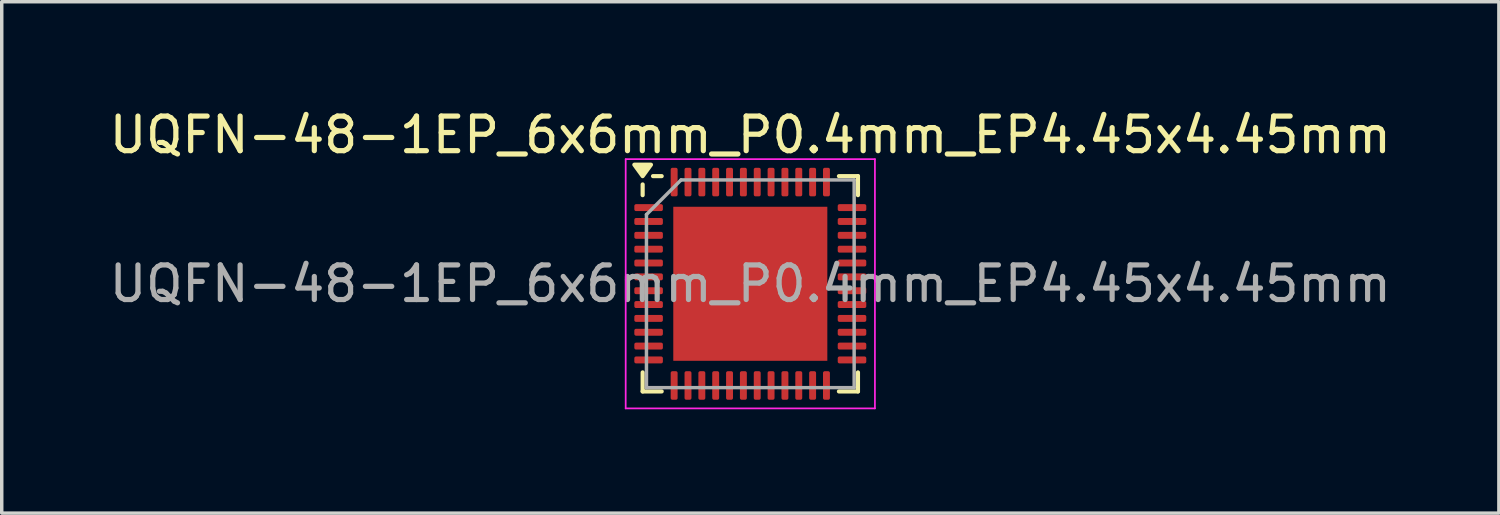
<source format=kicad_pcb>
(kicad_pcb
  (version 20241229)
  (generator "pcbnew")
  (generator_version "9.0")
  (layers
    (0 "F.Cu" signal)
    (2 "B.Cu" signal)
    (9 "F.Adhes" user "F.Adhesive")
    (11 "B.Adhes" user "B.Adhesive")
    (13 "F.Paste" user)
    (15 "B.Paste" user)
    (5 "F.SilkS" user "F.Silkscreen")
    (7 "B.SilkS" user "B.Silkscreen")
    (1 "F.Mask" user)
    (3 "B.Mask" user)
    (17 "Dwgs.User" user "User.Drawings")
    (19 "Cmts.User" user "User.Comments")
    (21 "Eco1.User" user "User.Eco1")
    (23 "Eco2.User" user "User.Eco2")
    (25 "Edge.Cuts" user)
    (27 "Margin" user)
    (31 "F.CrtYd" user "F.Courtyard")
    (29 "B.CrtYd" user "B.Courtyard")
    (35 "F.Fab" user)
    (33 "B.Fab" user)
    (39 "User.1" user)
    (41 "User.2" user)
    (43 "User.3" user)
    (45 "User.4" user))
  (footprint "UQFN-48-1EP_6x6mm_P0.4mm_EP4.45x4.45mm"
    (layer "F.Cu")
    (at 18.625 5.148)
    (property "Reference" "UQFN-48-1EP_6x6mm_P0.4mm_EP4.45x4.45mm" (at 0 -4.3 0) (layer "F.SilkS") (effects (font (size 1 1) (thickness 0.15))))
    (attr smd)
    (fp_line (start -3.11 -2.56) (end -3.11 -2.87) (stroke (width 0.12) (type solid)) (layer "F.SilkS"))
    (fp_line (start -3.11 3.11) (end -3.11 2.56) (stroke (width 0.12) (type solid)) (layer "F.SilkS"))
    (fp_line (start -2.56 -3.11) (end -2.81 -3.11) (stroke (width 0.12) (type solid)) (layer "F.SilkS"))
    (fp_line (start -2.56 3.11) (end -3.11 3.11) (stroke (width 0.12) (type solid)) (layer "F.SilkS"))
    (fp_line (start 2.56 -3.11) (end 3.11 -3.11) (stroke (width 0.12) (type solid)) (layer "F.SilkS"))
    (fp_line (start 2.56 3.11) (end 3.11 3.11) (stroke (width 0.12) (type solid)) (layer "F.SilkS"))
    (fp_line (start 3.11 -3.11) (end 3.11 -2.56) (stroke (width 0.12) (type solid)) (layer "F.SilkS"))
    (fp_line (start 3.11 3.11) (end 3.11 2.56) (stroke (width 0.12) (type solid)) (layer "F.SilkS"))
    (fp_poly (pts (xy -3.11 -3.11) (xy -3.35 -3.44) (xy -2.87 -3.44) (xy -3.11 -3.11)) (stroke (width 0.12) (type solid)) (fill yes) (layer "F.SilkS"))
    (fp_line (start -3.6 -3.6) (end -3.6 3.6) (stroke (width 0.05) (type solid)) (layer "F.CrtYd"))
    (fp_line (start -3.6 3.6) (end 3.6 3.6) (stroke (width 0.05) (type solid)) (layer "F.CrtYd"))
    (fp_line (start 3.6 -3.6) (end -3.6 -3.6) (stroke (width 0.05) (type solid)) (layer "F.CrtYd"))
    (fp_line (start 3.6 3.6) (end 3.6 -3.6) (stroke (width 0.05) (type solid)) (layer "F.CrtYd"))
    (fp_line (start -3 -2) (end -2 -3) (stroke (width 0.1) (type solid)) (layer "F.Fab"))
    (fp_line (start -3 3) (end -3 -2) (stroke (width 0.1) (type solid)) (layer "F.Fab"))
    (fp_line (start -2 -3) (end 3 -3) (stroke (width 0.1) (type solid)) (layer "F.Fab"))
    (fp_line (start 3 -3) (end 3 3) (stroke (width 0.1) (type solid)) (layer "F.Fab"))
    (fp_line (start 3 3) (end -3 3) (stroke (width 0.1) (type solid)) (layer "F.Fab"))
    (fp_text user "${REFERENCE}" (at 0 0 0) (layer "F.Fab") (effects (font (size 1 1) (thickness 0.15))))
    (pad "" smd roundrect (at -1.48 -1.48) (size 1.2 1.2) (layers "F.Paste") (roundrect_rratio 0.208))
    (pad "" smd roundrect (at -1.48 0) (size 1.2 1.2) (layers "F.Paste") (roundrect_rratio 0.208))
    (pad "" smd roundrect (at -1.48 1.48) (size 1.2 1.2) (layers "F.Paste") (roundrect_rratio 0.208))
    (pad "" smd roundrect (at 0 -1.48) (size 1.2 1.2) (layers "F.Paste") (roundrect_rratio 0.208))
    (pad "" smd roundrect (at 0 0) (size 1.2 1.2) (layers "F.Paste") (roundrect_rratio 0.208))
    (pad "" smd roundrect (at 0 1.48) (size 1.2 1.2) (layers "F.Paste") (roundrect_rratio 0.208))
    (pad "" smd roundrect (at 1.48 -1.48) (size 1.2 1.2) (layers "F.Paste") (roundrect_rratio 0.208))
    (pad "" smd roundrect (at 1.48 0) (size 1.2 1.2) (layers "F.Paste") (roundrect_rratio 0.208))
    (pad "" smd roundrect (at 1.48 1.48) (size 1.2 1.2) (layers "F.Paste") (roundrect_rratio 0.208))
    (pad "1" smd roundrect (at -2.938 -2.2) (size 0.825 0.2) (layers "F.Cu" "F.Mask" "F.Paste") (roundrect_rratio 0.25))
    (pad "2" smd roundrect (at -2.938 -1.8) (size 0.825 0.2) (layers "F.Cu" "F.Mask" "F.Paste") (roundrect_rratio 0.25))
    (pad "3" smd roundrect (at -2.938 -1.4) (size 0.825 0.2) (layers "F.Cu" "F.Mask" "F.Paste") (roundrect_rratio 0.25))
    (pad "4" smd roundrect (at -2.938 -1) (size 0.825 0.2) (layers "F.Cu" "F.Mask" "F.Paste") (roundrect_rratio 0.25))
    (pad "5" smd roundrect (at -2.938 -0.6) (size 0.825 0.2) (layers "F.Cu" "F.Mask" "F.Paste") (roundrect_rratio 0.25))
    (pad "6" smd roundrect (at -2.938 -0.2) (size 0.825 0.2) (layers "F.Cu" "F.Mask" "F.Paste") (roundrect_rratio 0.25))
    (pad "7" smd roundrect (at -2.938 0.2) (size 0.825 0.2) (layers "F.Cu" "F.Mask" "F.Paste") (roundrect_rratio 0.25))
    (pad "8" smd roundrect (at -2.938 0.6) (size 0.825 0.2) (layers "F.Cu" "F.Mask" "F.Paste") (roundrect_rratio 0.25))
    (pad "9" smd roundrect (at -2.938 1) (size 0.825 0.2) (layers "F.Cu" "F.Mask" "F.Paste") (roundrect_rratio 0.25))
    (pad "10" smd roundrect (at -2.938 1.4) (size 0.825 0.2) (layers "F.Cu" "F.Mask" "F.Paste") (roundrect_rratio 0.25))
    (pad "11" smd roundrect (at -2.938 1.8) (size 0.825 0.2) (layers "F.Cu" "F.Mask" "F.Paste") (roundrect_rratio 0.25))
    (pad "12" smd roundrect (at -2.938 2.2) (size 0.825 0.2) (layers "F.Cu" "F.Mask" "F.Paste") (roundrect_rratio 0.25))
    (pad "13" smd roundrect (at -2.2 2.938) (size 0.2 0.825) (layers "F.Cu" "F.Mask" "F.Paste") (roundrect_rratio 0.25))
    (pad "14" smd roundrect (at -1.8 2.938) (size 0.2 0.825) (layers "F.Cu" "F.Mask" "F.Paste") (roundrect_rratio 0.25))
    (pad "15" smd roundrect (at -1.4 2.938) (size 0.2 0.825) (layers "F.Cu" "F.Mask" "F.Paste") (roundrect_rratio 0.25))
    (pad "16" smd roundrect (at -1 2.938) (size 0.2 0.825) (layers "F.Cu" "F.Mask" "F.Paste") (roundrect_rratio 0.25))
    (pad "17" smd roundrect (at -0.6 2.938) (size 0.2 0.825) (layers "F.Cu" "F.Mask" "F.Paste") (roundrect_rratio 0.25))
    (pad "18" smd roundrect (at -0.2 2.938) (size 0.2 0.825) (layers "F.Cu" "F.Mask" "F.Paste") (roundrect_rratio 0.25))
    (pad "19" smd roundrect (at 0.2 2.938) (size 0.2 0.825) (layers "F.Cu" "F.Mask" "F.Paste") (roundrect_rratio 0.25))
    (pad "20" smd roundrect (at 0.6 2.938) (size 0.2 0.825) (layers "F.Cu" "F.Mask" "F.Paste") (roundrect_rratio 0.25))
    (pad "21" smd roundrect (at 1 2.938) (size 0.2 0.825) (layers "F.Cu" "F.Mask" "F.Paste") (roundrect_rratio 0.25))
    (pad "22" smd roundrect (at 1.4 2.938) (size 0.2 0.825) (layers "F.Cu" "F.Mask" "F.Paste") (roundrect_rratio 0.25))
    (pad "23" smd roundrect (at 1.8 2.938) (size 0.2 0.825) (layers "F.Cu" "F.Mask" "F.Paste") (roundrect_rratio 0.25))
    (pad "24" smd roundrect (at 2.2 2.938) (size 0.2 0.825) (layers "F.Cu" "F.Mask" "F.Paste") (roundrect_rratio 0.25))
    (pad "25" smd roundrect (at 2.938 2.2) (size 0.825 0.2) (layers "F.Cu" "F.Mask" "F.Paste") (roundrect_rratio 0.25))
    (pad "26" smd roundrect (at 2.938 1.8) (size 0.825 0.2) (layers "F.Cu" "F.Mask" "F.Paste") (roundrect_rratio 0.25))
    (pad "27" smd roundrect (at 2.938 1.4) (size 0.825 0.2) (layers "F.Cu" "F.Mask" "F.Paste") (roundrect_rratio 0.25))
    (pad "28" smd roundrect (at 2.938 1) (size 0.825 0.2) (layers "F.Cu" "F.Mask" "F.Paste") (roundrect_rratio 0.25))
    (pad "29" smd roundrect (at 2.938 0.6) (size 0.825 0.2) (layers "F.Cu" "F.Mask" "F.Paste") (roundrect_rratio 0.25))
    (pad "30" smd roundrect (at 2.938 0.2) (size 0.825 0.2) (layers "F.Cu" "F.Mask" "F.Paste") (roundrect_rratio 0.25))
    (pad "31" smd roundrect (at 2.938 -0.2) (size 0.825 0.2) (layers "F.Cu" "F.Mask" "F.Paste") (roundrect_rratio 0.25))
    (pad "32" smd roundrect (at 2.938 -0.6) (size 0.825 0.2) (layers "F.Cu" "F.Mask" "F.Paste") (roundrect_rratio 0.25))
    (pad "33" smd roundrect (at 2.938 -1) (size 0.825 0.2) (layers "F.Cu" "F.Mask" "F.Paste") (roundrect_rratio 0.25))
    (pad "34" smd roundrect (at 2.938 -1.4) (size 0.825 0.2) (layers "F.Cu" "F.Mask" "F.Paste") (roundrect_rratio 0.25))
    (pad "35" smd roundrect (at 2.938 -1.8) (size 0.825 0.2) (layers "F.Cu" "F.Mask" "F.Paste") (roundrect_rratio 0.25))
    (pad "36" smd roundrect (at 2.938 -2.2) (size 0.825 0.2) (layers "F.Cu" "F.Mask" "F.Paste") (roundrect_rratio 0.25))
    (pad "37" smd roundrect (at 2.2 -2.938) (size 0.2 0.825) (layers "F.Cu" "F.Mask" "F.Paste") (roundrect_rratio 0.25))
    (pad "38" smd roundrect (at 1.8 -2.938) (size 0.2 0.825) (layers "F.Cu" "F.Mask" "F.Paste") (roundrect_rratio 0.25))
    (pad "39" smd roundrect (at 1.4 -2.938) (size 0.2 0.825) (layers "F.Cu" "F.Mask" "F.Paste") (roundrect_rratio 0.25))
    (pad "40" smd roundrect (at 1 -2.938) (size 0.2 0.825) (layers "F.Cu" "F.Mask" "F.Paste") (roundrect_rratio 0.25))
    (pad "41" smd roundrect (at 0.6 -2.938) (size 0.2 0.825) (layers "F.Cu" "F.Mask" "F.Paste") (roundrect_rratio 0.25))
    (pad "42" smd roundrect (at 0.2 -2.938) (size 0.2 0.825) (layers "F.Cu" "F.Mask" "F.Paste") (roundrect_rratio 0.25))
    (pad "43" smd roundrect (at -0.2 -2.938) (size 0.2 0.825) (layers "F.Cu" "F.Mask" "F.Paste") (roundrect_rratio 0.25))
    (pad "44" smd roundrect (at -0.6 -2.938) (size 0.2 0.825) (layers "F.Cu" "F.Mask" "F.Paste") (roundrect_rratio 0.25))
    (pad "45" smd roundrect (at -1 -2.938) (size 0.2 0.825) (layers "F.Cu" "F.Mask" "F.Paste") (roundrect_rratio 0.25))
    (pad "46" smd roundrect (at -1.4 -2.938) (size 0.2 0.825) (layers "F.Cu" "F.Mask" "F.Paste") (roundrect_rratio 0.25))
    (pad "47" smd roundrect (at -1.8 -2.938) (size 0.2 0.825) (layers "F.Cu" "F.Mask" "F.Paste") (roundrect_rratio 0.25))
    (pad "48" smd roundrect (at -2.2 -2.938) (size 0.2 0.825) (layers "F.Cu" "F.Mask" "F.Paste") (roundrect_rratio 0.25))
    (pad "49" smd rect (at 0 0) (size 4.45 4.45) (property pad_prop_heatsink) (layers "F.Cu" "F.Mask")))
  (gr_rect
    (start -3 -3)
    (end 40.25 11.773)
    (stroke (width 0.1) (type default))
    (fill no)
    (layer "Edge.Cuts")))
</source>
